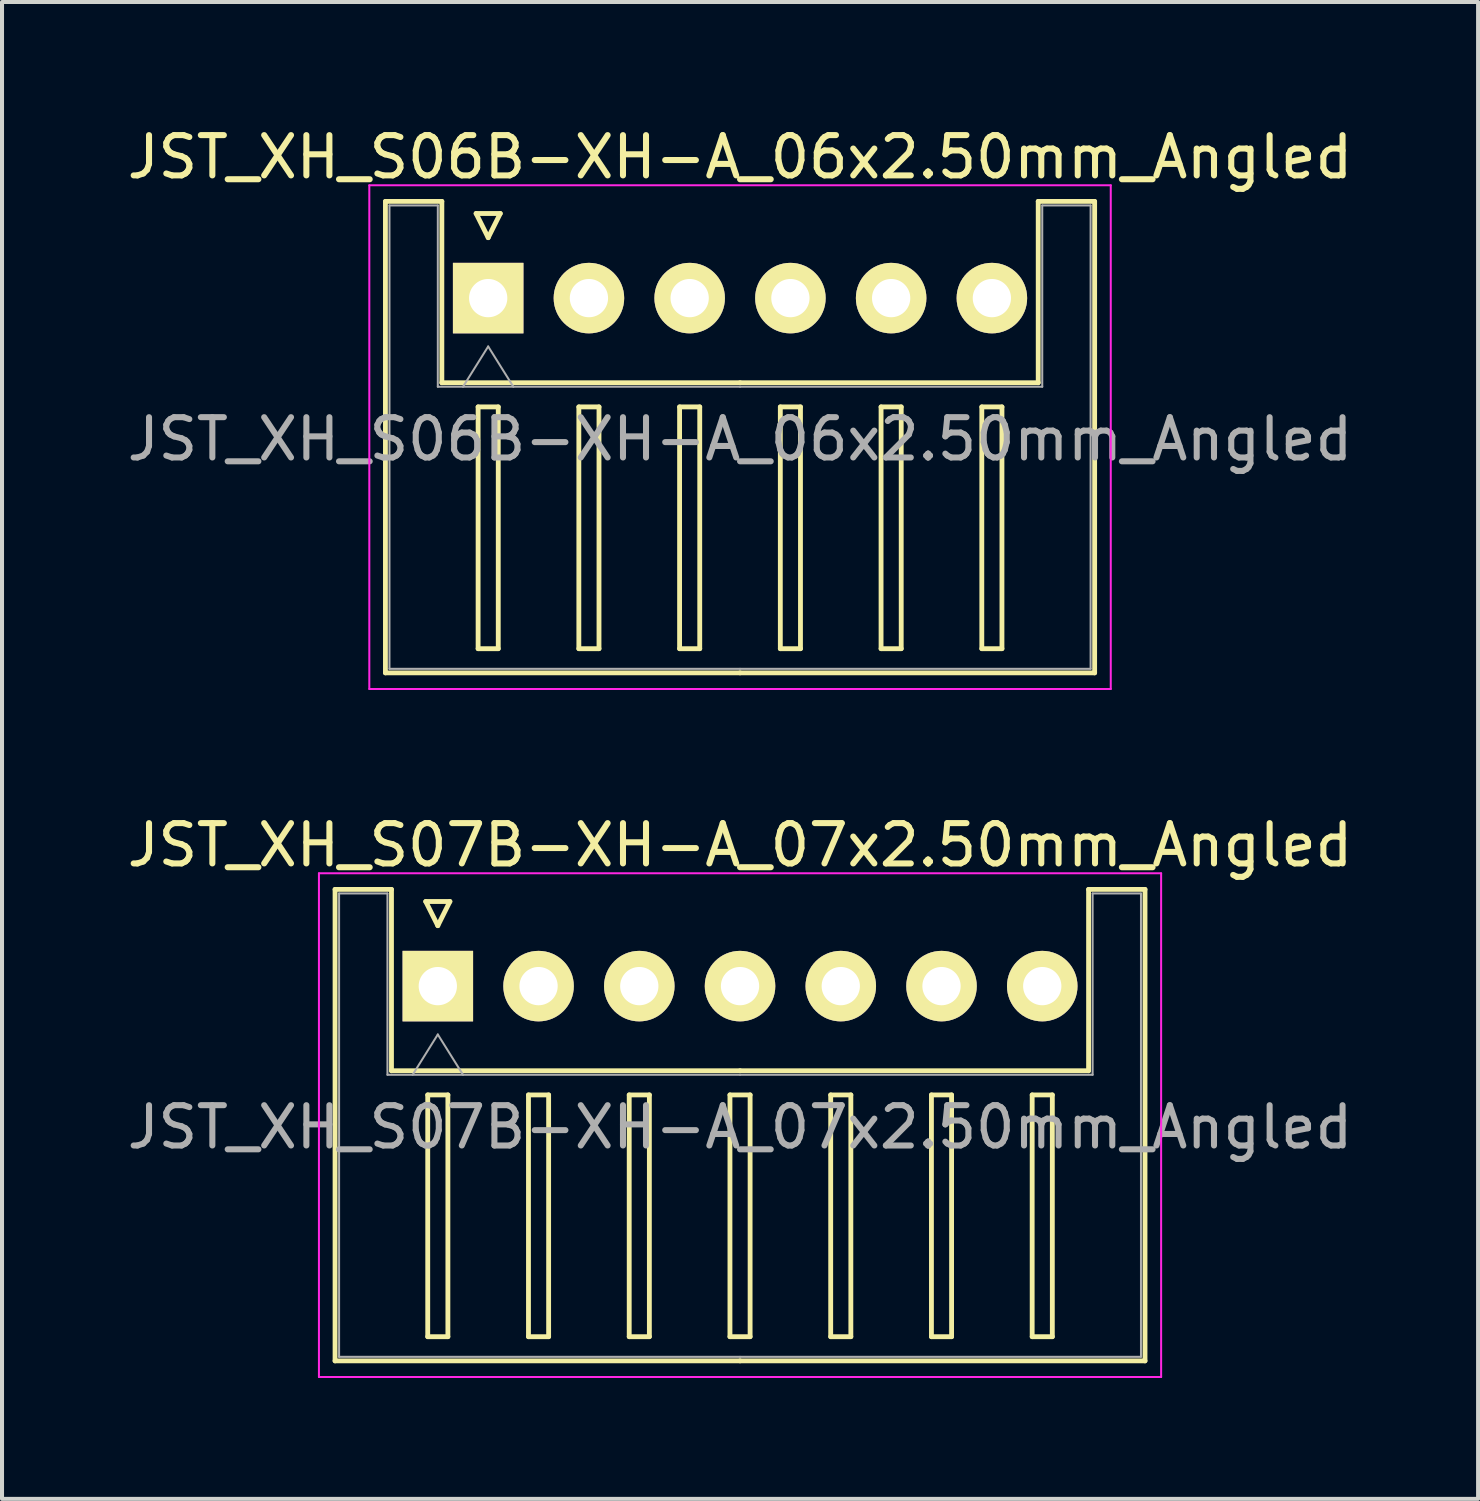
<source format=kicad_pcb>
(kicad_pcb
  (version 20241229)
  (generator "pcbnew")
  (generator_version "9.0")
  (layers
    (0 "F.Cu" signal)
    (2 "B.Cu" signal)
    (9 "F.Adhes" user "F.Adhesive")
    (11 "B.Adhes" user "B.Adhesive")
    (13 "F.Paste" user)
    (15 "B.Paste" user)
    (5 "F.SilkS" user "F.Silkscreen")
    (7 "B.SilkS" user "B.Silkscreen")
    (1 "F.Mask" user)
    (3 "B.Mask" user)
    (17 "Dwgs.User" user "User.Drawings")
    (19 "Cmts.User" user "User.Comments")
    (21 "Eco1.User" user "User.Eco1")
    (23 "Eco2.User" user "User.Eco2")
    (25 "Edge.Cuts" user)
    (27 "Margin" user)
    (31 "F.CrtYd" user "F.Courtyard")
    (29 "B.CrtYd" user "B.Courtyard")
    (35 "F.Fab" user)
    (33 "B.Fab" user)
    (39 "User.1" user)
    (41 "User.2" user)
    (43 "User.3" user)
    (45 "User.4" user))
  (footprint "JST_XH_S06B-XH-A_06x2.50mm_Angled"
    (layer "F.Cu")
    (at 9.065 4.348)
    (property "Reference" "JST_XH_S06B-XH-A_06x2.50mm_Angled" (at 6.25 3.5 0) (layer "F.Fab") (effects (font (size 1 1) (thickness 0.15))))
    (attr through_hole)
    (fp_line (start -2.55 -2.4) (end -1.15 -2.4) (stroke (width 0.12) (type solid)) (layer "F.SilkS"))
    (fp_line (start -2.55 9.3) (end -2.55 -2.4) (stroke (width 0.12) (type solid)) (layer "F.SilkS"))
    (fp_line (start -1.15 -2.4) (end -1.15 2.1) (stroke (width 0.12) (type solid)) (layer "F.SilkS"))
    (fp_line (start -1.15 2.1) (end 6.25 2.1) (stroke (width 0.12) (type solid)) (layer "F.SilkS"))
    (fp_line (start -0.3 -2.1) (end 0.3 -2.1) (stroke (width 0.12) (type solid)) (layer "F.SilkS"))
    (fp_line (start -0.25 2.7) (end -0.25 8.7) (stroke (width 0.12) (type solid)) (layer "F.SilkS"))
    (fp_line (start -0.25 8.7) (end 0.25 8.7) (stroke (width 0.12) (type solid)) (layer "F.SilkS"))
    (fp_line (start 0 -1.5) (end -0.3 -2.1) (stroke (width 0.12) (type solid)) (layer "F.SilkS"))
    (fp_line (start 0.25 2.7) (end -0.25 2.7) (stroke (width 0.12) (type solid)) (layer "F.SilkS"))
    (fp_line (start 0.25 8.7) (end 0.25 2.7) (stroke (width 0.12) (type solid)) (layer "F.SilkS"))
    (fp_line (start 0.3 -2.1) (end 0 -1.5) (stroke (width 0.12) (type solid)) (layer "F.SilkS"))
    (fp_line (start 2.25 2.7) (end 2.25 8.7) (stroke (width 0.12) (type solid)) (layer "F.SilkS"))
    (fp_line (start 2.25 8.7) (end 2.75 8.7) (stroke (width 0.12) (type solid)) (layer "F.SilkS"))
    (fp_line (start 2.75 2.7) (end 2.25 2.7) (stroke (width 0.12) (type solid)) (layer "F.SilkS"))
    (fp_line (start 2.75 8.7) (end 2.75 2.7) (stroke (width 0.12) (type solid)) (layer "F.SilkS"))
    (fp_line (start 4.75 2.7) (end 4.75 8.7) (stroke (width 0.12) (type solid)) (layer "F.SilkS"))
    (fp_line (start 4.75 8.7) (end 5.25 8.7) (stroke (width 0.12) (type solid)) (layer "F.SilkS"))
    (fp_line (start 5.25 2.7) (end 4.75 2.7) (stroke (width 0.12) (type solid)) (layer "F.SilkS"))
    (fp_line (start 5.25 8.7) (end 5.25 2.7) (stroke (width 0.12) (type solid)) (layer "F.SilkS"))
    (fp_line (start 6.25 9.3) (end -2.55 9.3) (stroke (width 0.12) (type solid)) (layer "F.SilkS"))
    (fp_line (start 6.25 9.3) (end 15.05 9.3) (stroke (width 0.12) (type solid)) (layer "F.SilkS"))
    (fp_line (start 7.25 2.7) (end 7.25 8.7) (stroke (width 0.12) (type solid)) (layer "F.SilkS"))
    (fp_line (start 7.25 8.7) (end 7.75 8.7) (stroke (width 0.12) (type solid)) (layer "F.SilkS"))
    (fp_line (start 7.75 2.7) (end 7.25 2.7) (stroke (width 0.12) (type solid)) (layer "F.SilkS"))
    (fp_line (start 7.75 8.7) (end 7.75 2.7) (stroke (width 0.12) (type solid)) (layer "F.SilkS"))
    (fp_line (start 9.75 2.7) (end 9.75 8.7) (stroke (width 0.12) (type solid)) (layer "F.SilkS"))
    (fp_line (start 9.75 8.7) (end 10.25 8.7) (stroke (width 0.12) (type solid)) (layer "F.SilkS"))
    (fp_line (start 10.25 2.7) (end 9.75 2.7) (stroke (width 0.12) (type solid)) (layer "F.SilkS"))
    (fp_line (start 10.25 8.7) (end 10.25 2.7) (stroke (width 0.12) (type solid)) (layer "F.SilkS"))
    (fp_line (start 12.25 2.7) (end 12.25 8.7) (stroke (width 0.12) (type solid)) (layer "F.SilkS"))
    (fp_line (start 12.25 8.7) (end 12.75 8.7) (stroke (width 0.12) (type solid)) (layer "F.SilkS"))
    (fp_line (start 12.75 2.7) (end 12.25 2.7) (stroke (width 0.12) (type solid)) (layer "F.SilkS"))
    (fp_line (start 12.75 8.7) (end 12.75 2.7) (stroke (width 0.12) (type solid)) (layer "F.SilkS"))
    (fp_line (start 13.65 -2.4) (end 13.65 2.1) (stroke (width 0.12) (type solid)) (layer "F.SilkS"))
    (fp_line (start 13.65 2.1) (end 6.25 2.1) (stroke (width 0.12) (type solid)) (layer "F.SilkS"))
    (fp_line (start 15.05 -2.4) (end 13.65 -2.4) (stroke (width 0.12) (type solid)) (layer "F.SilkS"))
    (fp_line (start 15.05 9.3) (end 15.05 -2.4) (stroke (width 0.12) (type solid)) (layer "F.SilkS"))
    (fp_line (start -2.95 -2.8) (end -2.95 9.7) (stroke (width 0.05) (type solid)) (layer "F.CrtYd"))
    (fp_line (start -2.95 9.7) (end 15.45 9.7) (stroke (width 0.05) (type solid)) (layer "F.CrtYd"))
    (fp_line (start 15.45 -2.8) (end -2.95 -2.8) (stroke (width 0.05) (type solid)) (layer "F.CrtYd"))
    (fp_line (start 15.45 9.7) (end 15.45 -2.8) (stroke (width 0.05) (type solid)) (layer "F.CrtYd"))
    (fp_line (start -2.45 -2.3) (end -1.25 -2.3) (stroke (width 0.05) (type solid)) (layer "F.Fab"))
    (fp_line (start -2.45 9.2) (end -2.45 -2.3) (stroke (width 0.05) (type solid)) (layer "F.Fab"))
    (fp_line (start -1.25 -2.3) (end -1.25 2.2) (stroke (width 0.05) (type solid)) (layer "F.Fab"))
    (fp_line (start -1.25 2.2) (end 6.25 2.2) (stroke (width 0.05) (type solid)) (layer "F.Fab"))
    (fp_line (start -0.625 2.2) (end 0 1.2) (stroke (width 0.05) (type solid)) (layer "F.Fab"))
    (fp_line (start 0 1.2) (end 0.625 2.2) (stroke (width 0.05) (type solid)) (layer "F.Fab"))
    (fp_line (start 6.25 9.2) (end -2.45 9.2) (stroke (width 0.05) (type solid)) (layer "F.Fab"))
    (fp_line (start 6.25 9.2) (end 14.95 9.2) (stroke (width 0.05) (type solid)) (layer "F.Fab"))
    (fp_line (start 13.75 -2.3) (end 13.75 2.2) (stroke (width 0.05) (type solid)) (layer "F.Fab"))
    (fp_line (start 13.75 2.2) (end 6.25 2.2) (stroke (width 0.05) (type solid)) (layer "F.Fab"))
    (fp_line (start 14.95 -2.3) (end 13.75 -2.3) (stroke (width 0.05) (type solid)) (layer "F.Fab"))
    (fp_line (start 14.95 9.2) (end 14.95 -2.3) (stroke (width 0.05) (type solid)) (layer "F.Fab"))
    (fp_text user "${REFERENCE}" (at 6.25 -3.5 0) (layer "F.SilkS") (effects (font (size 1 1) (thickness 0.15))))
    (pad "1" thru_hole rect (at 0 0) (size 1.75 1.75) (drill 0.95) (layers "*.Cu" "*.Mask" "F.SilkS"))
    (pad "2" thru_hole circle (at 2.5 0) (size 1.75 1.75) (drill 0.95) (layers "*.Cu" "*.Mask" "F.SilkS"))
    (pad "3" thru_hole circle (at 5 0) (size 1.75 1.75) (drill 0.95) (layers "*.Cu" "*.Mask" "F.SilkS"))
    (pad "4" thru_hole circle (at 7.5 0) (size 1.75 1.75) (drill 0.95) (layers "*.Cu" "*.Mask" "F.SilkS"))
    (pad "5" thru_hole circle (at 10 0) (size 1.75 1.75) (drill 0.95) (layers "*.Cu" "*.Mask" "F.SilkS"))
    (pad "6" thru_hole circle (at 12.5 0) (size 1.75 1.75) (drill 0.95) (layers "*.Cu" "*.Mask" "F.SilkS")))
  (footprint "JST_XH_S07B-XH-A_07x2.50mm_Angled"
    (layer "F.Cu")
    (at 7.815 21.422)
    (property "Reference" "JST_XH_S07B-XH-A_07x2.50mm_Angled" (at 7.5 3.5 0) (layer "F.Fab") (effects (font (size 1 1) (thickness 0.15))))
    (attr through_hole)
    (fp_line (start -2.55 -2.4) (end -1.15 -2.4) (stroke (width 0.12) (type solid)) (layer "F.SilkS"))
    (fp_line (start -2.55 9.3) (end -2.55 -2.4) (stroke (width 0.12) (type solid)) (layer "F.SilkS"))
    (fp_line (start -1.15 -2.4) (end -1.15 2.1) (stroke (width 0.12) (type solid)) (layer "F.SilkS"))
    (fp_line (start -1.15 2.1) (end 7.5 2.1) (stroke (width 0.12) (type solid)) (layer "F.SilkS"))
    (fp_line (start -0.3 -2.1) (end 0.3 -2.1) (stroke (width 0.12) (type solid)) (layer "F.SilkS"))
    (fp_line (start -0.25 2.7) (end -0.25 8.7) (stroke (width 0.12) (type solid)) (layer "F.SilkS"))
    (fp_line (start -0.25 8.7) (end 0.25 8.7) (stroke (width 0.12) (type solid)) (layer "F.SilkS"))
    (fp_line (start 0 -1.5) (end -0.3 -2.1) (stroke (width 0.12) (type solid)) (layer "F.SilkS"))
    (fp_line (start 0.25 2.7) (end -0.25 2.7) (stroke (width 0.12) (type solid)) (layer "F.SilkS"))
    (fp_line (start 0.25 8.7) (end 0.25 2.7) (stroke (width 0.12) (type solid)) (layer "F.SilkS"))
    (fp_line (start 0.3 -2.1) (end 0 -1.5) (stroke (width 0.12) (type solid)) (layer "F.SilkS"))
    (fp_line (start 2.25 2.7) (end 2.25 8.7) (stroke (width 0.12) (type solid)) (layer "F.SilkS"))
    (fp_line (start 2.25 8.7) (end 2.75 8.7) (stroke (width 0.12) (type solid)) (layer "F.SilkS"))
    (fp_line (start 2.75 2.7) (end 2.25 2.7) (stroke (width 0.12) (type solid)) (layer "F.SilkS"))
    (fp_line (start 2.75 8.7) (end 2.75 2.7) (stroke (width 0.12) (type solid)) (layer "F.SilkS"))
    (fp_line (start 4.75 2.7) (end 4.75 8.7) (stroke (width 0.12) (type solid)) (layer "F.SilkS"))
    (fp_line (start 4.75 8.7) (end 5.25 8.7) (stroke (width 0.12) (type solid)) (layer "F.SilkS"))
    (fp_line (start 5.25 2.7) (end 4.75 2.7) (stroke (width 0.12) (type solid)) (layer "F.SilkS"))
    (fp_line (start 5.25 8.7) (end 5.25 2.7) (stroke (width 0.12) (type solid)) (layer "F.SilkS"))
    (fp_line (start 7.25 2.7) (end 7.25 8.7) (stroke (width 0.12) (type solid)) (layer "F.SilkS"))
    (fp_line (start 7.25 8.7) (end 7.75 8.7) (stroke (width 0.12) (type solid)) (layer "F.SilkS"))
    (fp_line (start 7.5 9.3) (end -2.55 9.3) (stroke (width 0.12) (type solid)) (layer "F.SilkS"))
    (fp_line (start 7.5 9.3) (end 17.55 9.3) (stroke (width 0.12) (type solid)) (layer "F.SilkS"))
    (fp_line (start 7.75 2.7) (end 7.25 2.7) (stroke (width 0.12) (type solid)) (layer "F.SilkS"))
    (fp_line (start 7.75 8.7) (end 7.75 2.7) (stroke (width 0.12) (type solid)) (layer "F.SilkS"))
    (fp_line (start 9.75 2.7) (end 9.75 8.7) (stroke (width 0.12) (type solid)) (layer "F.SilkS"))
    (fp_line (start 9.75 8.7) (end 10.25 8.7) (stroke (width 0.12) (type solid)) (layer "F.SilkS"))
    (fp_line (start 10.25 2.7) (end 9.75 2.7) (stroke (width 0.12) (type solid)) (layer "F.SilkS"))
    (fp_line (start 10.25 8.7) (end 10.25 2.7) (stroke (width 0.12) (type solid)) (layer "F.SilkS"))
    (fp_line (start 12.25 2.7) (end 12.25 8.7) (stroke (width 0.12) (type solid)) (layer "F.SilkS"))
    (fp_line (start 12.25 8.7) (end 12.75 8.7) (stroke (width 0.12) (type solid)) (layer "F.SilkS"))
    (fp_line (start 12.75 2.7) (end 12.25 2.7) (stroke (width 0.12) (type solid)) (layer "F.SilkS"))
    (fp_line (start 12.75 8.7) (end 12.75 2.7) (stroke (width 0.12) (type solid)) (layer "F.SilkS"))
    (fp_line (start 14.75 2.7) (end 14.75 8.7) (stroke (width 0.12) (type solid)) (layer "F.SilkS"))
    (fp_line (start 14.75 8.7) (end 15.25 8.7) (stroke (width 0.12) (type solid)) (layer "F.SilkS"))
    (fp_line (start 15.25 2.7) (end 14.75 2.7) (stroke (width 0.12) (type solid)) (layer "F.SilkS"))
    (fp_line (start 15.25 8.7) (end 15.25 2.7) (stroke (width 0.12) (type solid)) (layer "F.SilkS"))
    (fp_line (start 16.15 -2.4) (end 16.15 2.1) (stroke (width 0.12) (type solid)) (layer "F.SilkS"))
    (fp_line (start 16.15 2.1) (end 7.5 2.1) (stroke (width 0.12) (type solid)) (layer "F.SilkS"))
    (fp_line (start 17.55 -2.4) (end 16.15 -2.4) (stroke (width 0.12) (type solid)) (layer "F.SilkS"))
    (fp_line (start 17.55 9.3) (end 17.55 -2.4) (stroke (width 0.12) (type solid)) (layer "F.SilkS"))
    (fp_line (start -2.95 -2.8) (end -2.95 9.7) (stroke (width 0.05) (type solid)) (layer "F.CrtYd"))
    (fp_line (start -2.95 9.7) (end 17.95 9.7) (stroke (width 0.05) (type solid)) (layer "F.CrtYd"))
    (fp_line (start 17.95 -2.8) (end -2.95 -2.8) (stroke (width 0.05) (type solid)) (layer "F.CrtYd"))
    (fp_line (start 17.95 9.7) (end 17.95 -2.8) (stroke (width 0.05) (type solid)) (layer "F.CrtYd"))
    (fp_line (start -2.45 -2.3) (end -1.25 -2.3) (stroke (width 0.05) (type solid)) (layer "F.Fab"))
    (fp_line (start -2.45 9.2) (end -2.45 -2.3) (stroke (width 0.05) (type solid)) (layer "F.Fab"))
    (fp_line (start -1.25 -2.3) (end -1.25 2.2) (stroke (width 0.05) (type solid)) (layer "F.Fab"))
    (fp_line (start -1.25 2.2) (end 7.5 2.2) (stroke (width 0.05) (type solid)) (layer "F.Fab"))
    (fp_line (start -0.625 2.2) (end 0 1.2) (stroke (width 0.05) (type solid)) (layer "F.Fab"))
    (fp_line (start 0 1.2) (end 0.625 2.2) (stroke (width 0.05) (type solid)) (layer "F.Fab"))
    (fp_line (start 7.5 9.2) (end -2.45 9.2) (stroke (width 0.05) (type solid)) (layer "F.Fab"))
    (fp_line (start 7.5 9.2) (end 17.45 9.2) (stroke (width 0.05) (type solid)) (layer "F.Fab"))
    (fp_line (start 16.25 -2.3) (end 16.25 2.2) (stroke (width 0.05) (type solid)) (layer "F.Fab"))
    (fp_line (start 16.25 2.2) (end 7.5 2.2) (stroke (width 0.05) (type solid)) (layer "F.Fab"))
    (fp_line (start 17.45 -2.3) (end 16.25 -2.3) (stroke (width 0.05) (type solid)) (layer "F.Fab"))
    (fp_line (start 17.45 9.2) (end 17.45 -2.3) (stroke (width 0.05) (type solid)) (layer "F.Fab"))
    (fp_text user "${REFERENCE}" (at 7.5 -3.5 0) (layer "F.SilkS") (effects (font (size 1 1) (thickness 0.15))))
    (pad "1" thru_hole rect (at 0 0) (size 1.75 1.75) (drill 0.95) (layers "*.Cu" "*.Mask" "F.SilkS"))
    (pad "2" thru_hole circle (at 2.5 0) (size 1.75 1.75) (drill 0.95) (layers "*.Cu" "*.Mask" "F.SilkS"))
    (pad "3" thru_hole circle (at 5 0) (size 1.75 1.75) (drill 0.95) (layers "*.Cu" "*.Mask" "F.SilkS"))
    (pad "4" thru_hole circle (at 7.5 0) (size 1.75 1.75) (drill 0.95) (layers "*.Cu" "*.Mask" "F.SilkS"))
    (pad "5" thru_hole circle (at 10 0) (size 1.75 1.75) (drill 0.95) (layers "*.Cu" "*.Mask" "F.SilkS"))
    (pad "6" thru_hole circle (at 12.5 0) (size 1.75 1.75) (drill 0.95) (layers "*.Cu" "*.Mask" "F.SilkS"))
    (pad "7" thru_hole circle (at 15 0) (size 1.75 1.75) (drill 0.95) (layers "*.Cu" "*.Mask" "F.SilkS")))
  (gr_rect
    (start -3 -3)
    (end 33.631 34.147)
    (stroke (width 0.1) (type default))
    (fill no)
    (layer "Edge.Cuts")))
</source>
